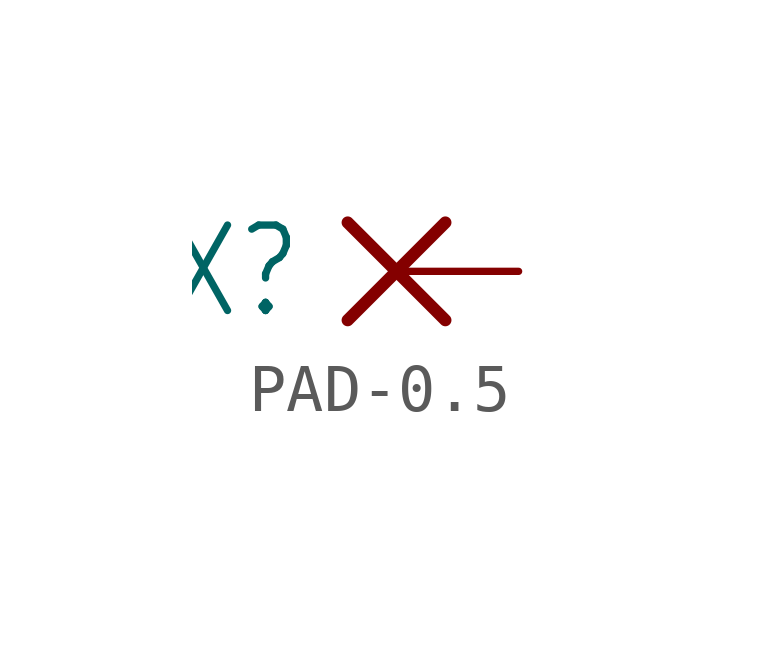
<source format=kicad_sym>
(kicad_symbol_lib
  (version 20211014)
  (generator kicad_symbol_editor)
  (symbol "PAD-0.5"
    (property "Reference" "X"
      (at -1.905 0 0)
      (effects (font (size 1.778 1.511)) (justify right)))
    (property "ki_locked" ""
      (at 0 0 0)
      (effects (font (size 1.27 1.27))))
    (symbol "PAD-0.5_1_0"
      (polyline (pts (xy -1.016 -1.016) (xy 1.016 1.016)) (stroke (width 0.254) (type default) (color 0 0 0 0)) (fill (type none)))
      (polyline (pts (xy -1.016 1.016) (xy 1.016 -1.016)) (stroke (width 0.254) (type default) (color 0 0 0 0)) (fill (type none)))
      (pin passive line (at 2.54 0 180) (length 2.54) (name "P" (effects (font (size 0 0)))) (number "1" (effects (font (size 0 0))))))))
</source>
